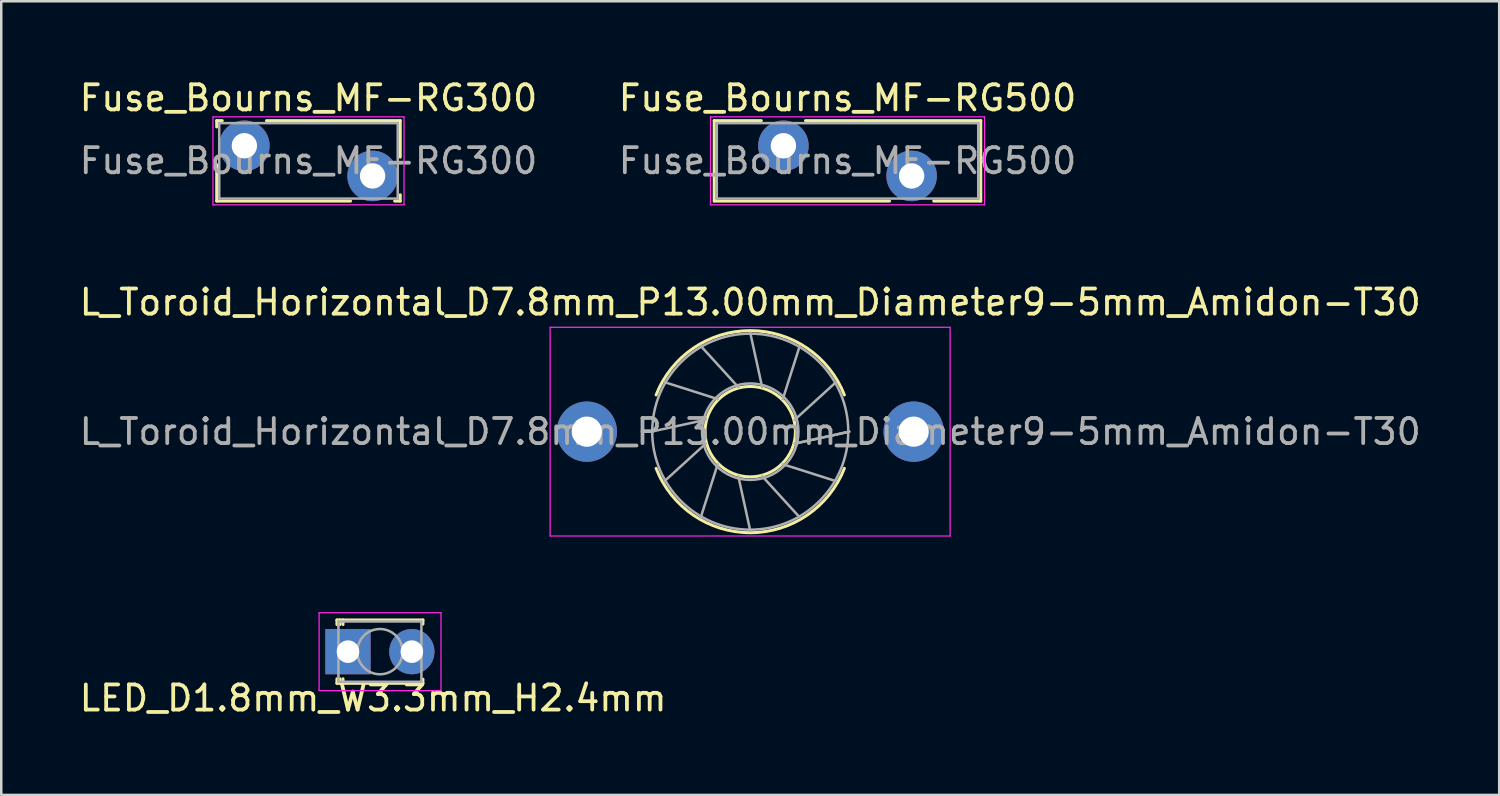
<source format=kicad_pcb>
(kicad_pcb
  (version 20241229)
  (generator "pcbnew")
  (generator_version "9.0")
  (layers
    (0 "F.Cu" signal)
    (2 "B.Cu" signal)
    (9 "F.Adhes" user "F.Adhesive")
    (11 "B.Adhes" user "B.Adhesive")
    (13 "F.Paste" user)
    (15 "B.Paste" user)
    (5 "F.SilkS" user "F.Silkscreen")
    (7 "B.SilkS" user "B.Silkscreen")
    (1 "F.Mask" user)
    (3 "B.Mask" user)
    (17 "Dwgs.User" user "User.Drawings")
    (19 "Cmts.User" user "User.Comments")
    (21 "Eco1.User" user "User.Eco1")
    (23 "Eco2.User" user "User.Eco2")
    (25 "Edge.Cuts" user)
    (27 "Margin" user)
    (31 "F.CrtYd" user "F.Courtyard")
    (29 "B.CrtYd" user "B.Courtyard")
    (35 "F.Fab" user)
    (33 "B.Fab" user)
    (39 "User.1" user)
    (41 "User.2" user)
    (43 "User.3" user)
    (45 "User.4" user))
  (footprint "LED_D1.8mm_W3.3mm_H2.4mm"
    (layer "F.Cu")
    (at 10.792 22.87)
    (property "Reference" "LED_D1.8mm_W3.3mm_H2.4mm" (at 1 1.85 0) (layer "F.SilkS") (effects (font (size 1 1) (thickness 0.15))))
    (attr through_hole)
    (fp_line (start -0.44 -1.26) (end -0.44 -1.08) (stroke (width 0.12) (type solid)) (layer "F.SilkS"))
    (fp_line (start -0.44 -1.26) (end 2.98 -1.26) (stroke (width 0.12) (type solid)) (layer "F.SilkS"))
    (fp_line (start -0.44 1.08) (end -0.44 1.26) (stroke (width 0.12) (type solid)) (layer "F.SilkS"))
    (fp_line (start -0.44 1.26) (end 2.98 1.26) (stroke (width 0.12) (type solid)) (layer "F.SilkS"))
    (fp_line (start -0.32 -1.26) (end -0.32 -1.08) (stroke (width 0.12) (type solid)) (layer "F.SilkS"))
    (fp_line (start -0.32 1.08) (end -0.32 1.26) (stroke (width 0.12) (type solid)) (layer "F.SilkS"))
    (fp_line (start -0.2 -1.26) (end -0.2 -1.08) (stroke (width 0.12) (type solid)) (layer "F.SilkS"))
    (fp_line (start -0.2 1.08) (end -0.2 1.26) (stroke (width 0.12) (type solid)) (layer "F.SilkS"))
    (fp_line (start 2.98 -1.26) (end 2.98 -1.095) (stroke (width 0.12) (type solid)) (layer "F.SilkS"))
    (fp_line (start 2.98 1.095) (end 2.98 1.26) (stroke (width 0.12) (type solid)) (layer "F.SilkS"))
    (fp_line (start -1.15 -1.55) (end -1.15 1.55) (stroke (width 0.05) (type solid)) (layer "F.CrtYd"))
    (fp_line (start -1.15 1.55) (end 3.7 1.55) (stroke (width 0.05) (type solid)) (layer "F.CrtYd"))
    (fp_line (start 3.7 -1.55) (end -1.15 -1.55) (stroke (width 0.05) (type solid)) (layer "F.CrtYd"))
    (fp_line (start 3.7 1.55) (end 3.7 -1.55) (stroke (width 0.05) (type solid)) (layer "F.CrtYd"))
    (fp_line (start -0.38 -1.2) (end -0.38 1.2) (stroke (width 0.1) (type solid)) (layer "F.Fab"))
    (fp_line (start -0.38 1.2) (end 2.92 1.2) (stroke (width 0.1) (type solid)) (layer "F.Fab"))
    (fp_line (start 2.92 -1.2) (end -0.38 -1.2) (stroke (width 0.1) (type solid)) (layer "F.Fab"))
    (fp_line (start 2.92 1.2) (end 2.92 -1.2) (stroke (width 0.1) (type solid)) (layer "F.Fab"))
    (fp_circle (center 1.27 0) (end 2.17 0) (stroke (width 0.1) (type solid)) (fill no) (layer "F.Fab"))
    (pad "1" thru_hole rect (at 0 0) (size 1.8 1.8) (drill 0.9) (layers "*.Cu" "*.Mask"))
    (pad "2" thru_hole circle (at 2.54 0) (size 1.8 1.8) (drill 0.9) (layers "*.Cu" "*.Mask")))
  (footprint "Fuse_Bourns_MF-RG300"
    (layer "F.Cu")
    (at 6.67 2.748)
    (property "Reference" "Fuse_Bourns_MF-RG300" (at 2.55 -1.9 0) (layer "F.SilkS") (effects (font (size 1 1) (thickness 0.15))))
    (attr through_hole)
    (fp_line (start -1.1 -1) (end -1.1 -0.75) (stroke (width 0.12) (type solid)) (layer "F.SilkS"))
    (fp_line (start -1.1 -1) (end -0.879 -1) (stroke (width 0.12) (type solid)) (layer "F.SilkS"))
    (fp_line (start -1.1 0.75) (end -1.1 2.2) (stroke (width 0.12) (type solid)) (layer "F.SilkS"))
    (fp_line (start -1.1 2.2) (end 4.222 2.2) (stroke (width 0.12) (type solid)) (layer "F.SilkS"))
    (fp_line (start 0.879 -1) (end 6.2 -1) (stroke (width 0.12) (type solid)) (layer "F.SilkS"))
    (fp_line (start 5.979 2.2) (end 6.2 2.2) (stroke (width 0.12) (type solid)) (layer "F.SilkS"))
    (fp_line (start 6.2 -1) (end 6.2 0.451) (stroke (width 0.12) (type solid)) (layer "F.SilkS"))
    (fp_line (start 6.2 1.95) (end 6.2 2.2) (stroke (width 0.12) (type solid)) (layer "F.SilkS"))
    (fp_line (start -1.25 -1.15) (end -1.25 2.35) (stroke (width 0.05) (type solid)) (layer "F.CrtYd"))
    (fp_line (start -1.25 2.35) (end 6.35 2.35) (stroke (width 0.05) (type solid)) (layer "F.CrtYd"))
    (fp_line (start 6.35 -1.15) (end -1.25 -1.15) (stroke (width 0.05) (type solid)) (layer "F.CrtYd"))
    (fp_line (start 6.35 2.35) (end 6.35 -1.15) (stroke (width 0.05) (type solid)) (layer "F.CrtYd"))
    (fp_line (start -1 -0.9) (end -1 2.1) (stroke (width 0.1) (type solid)) (layer "F.Fab"))
    (fp_line (start -1 2.1) (end 6.1 2.1) (stroke (width 0.1) (type solid)) (layer "F.Fab"))
    (fp_line (start 6.1 -0.9) (end -1 -0.9) (stroke (width 0.1) (type solid)) (layer "F.Fab"))
    (fp_line (start 6.1 2.1) (end 6.1 -0.9) (stroke (width 0.1) (type solid)) (layer "F.Fab"))
    (fp_text user "${REFERENCE}" (at 2.55 0.6 0) (layer "F.Fab") (effects (font (size 1 1) (thickness 0.15))))
    (pad "1" thru_hole circle (at 0 0) (size 2.01 2.01) (drill 1.01) (layers "*.Cu" "*.Mask"))
    (pad "2" thru_hole circle (at 5.1 1.2) (size 2.01 2.01) (drill 1.01) (layers "*.Cu" "*.Mask")))
  (footprint "Fuse_Bourns_MF-RG500"
    (layer "F.Cu")
    (at 28.111 2.748)
    (property "Reference" "Fuse_Bourns_MF-RG500" (at 2.55 -1.9 0) (layer "F.SilkS") (effects (font (size 1 1) (thickness 0.15))))
    (attr through_hole)
    (fp_line (start -2.751 -1) (end -2.751 2.2) (stroke (width 0.12) (type solid)) (layer "F.SilkS"))
    (fp_line (start -2.751 -1) (end -0.879 -1) (stroke (width 0.12) (type solid)) (layer "F.SilkS"))
    (fp_line (start -2.751 2.2) (end 4.222 2.2) (stroke (width 0.12) (type solid)) (layer "F.SilkS"))
    (fp_line (start 0.879 -1) (end 7.85 -1) (stroke (width 0.12) (type solid)) (layer "F.SilkS"))
    (fp_line (start 5.979 2.2) (end 7.85 2.2) (stroke (width 0.12) (type solid)) (layer "F.SilkS"))
    (fp_line (start 7.85 -1) (end 7.85 2.2) (stroke (width 0.12) (type solid)) (layer "F.SilkS"))
    (fp_line (start -2.9 -1.15) (end -2.9 2.35) (stroke (width 0.05) (type solid)) (layer "F.CrtYd"))
    (fp_line (start -2.9 2.35) (end 8 2.35) (stroke (width 0.05) (type solid)) (layer "F.CrtYd"))
    (fp_line (start 8 -1.15) (end -2.9 -1.15) (stroke (width 0.05) (type solid)) (layer "F.CrtYd"))
    (fp_line (start 8 2.35) (end 8 -1.15) (stroke (width 0.05) (type solid)) (layer "F.CrtYd"))
    (fp_line (start -2.65 -0.9) (end -2.65 2.1) (stroke (width 0.1) (type solid)) (layer "F.Fab"))
    (fp_line (start -2.65 2.1) (end 7.75 2.1) (stroke (width 0.1) (type solid)) (layer "F.Fab"))
    (fp_line (start 7.75 -0.9) (end -2.65 -0.9) (stroke (width 0.1) (type solid)) (layer "F.Fab"))
    (fp_line (start 7.75 2.1) (end 7.75 -0.9) (stroke (width 0.1) (type solid)) (layer "F.Fab"))
    (fp_text user "${REFERENCE}" (at 2.55 0.6 0) (layer "F.Fab") (effects (font (size 1 1) (thickness 0.15))))
    (pad "1" thru_hole circle (at 0 0) (size 2.01 2.01) (drill 1.01) (layers "*.Cu" "*.Mask"))
    (pad "2" thru_hole circle (at 5.1 1.2) (size 2.01 2.01) (drill 1.01) (layers "*.Cu" "*.Mask")))
  (footprint "L_Toroid_Horizontal_D7.8mm_P13.00mm_Diameter9-5mm_Amidon-T30"
    (layer "F.Cu")
    (at 20.292 14.12)
    (property "Reference" "L_Toroid_Horizontal_D7.8mm_P13.00mm_Diameter9-5mm_Amidon-T30" (at 6.5 -5.149 0) (layer "F.SilkS") (effects (font (size 1 1) (thickness 0.15))))
    (attr through_hole)
    (fp_arc (start 2.755677 -1.46) (mid 6.5 -4.0189) (end 10.244323 -1.46) (stroke (width 0.12) (type solid)) (layer "F.SilkS"))
    (fp_arc (start 10.244323 1.46) (mid 6.5 4.0189) (end 2.755677 1.46) (stroke (width 0.12) (type solid)) (layer "F.SilkS"))
    (fp_circle (center 6.5 0) (end 8.298 0) (stroke (width 0.12) (type solid)) (fill no) (layer "F.SilkS"))
    (fp_line (start -1.46 -4.15) (end -1.46 4.15) (stroke (width 0.05) (type solid)) (layer "F.CrtYd"))
    (fp_line (start -1.46 4.15) (end 14.45 4.15) (stroke (width 0.05) (type solid)) (layer "F.CrtYd"))
    (fp_line (start 14.45 -4.15) (end -1.46 -4.15) (stroke (width 0.05) (type solid)) (layer "F.CrtYd"))
    (fp_line (start 14.45 4.15) (end 14.45 -4.15) (stroke (width 0.05) (type solid)) (layer "F.CrtYd"))
    (fp_line (start 2.561 0.000365) (end 4.729 -0.474) (stroke (width 0.1) (type solid)) (layer "F.Fab"))
    (fp_line (start 3.089 -1.969) (end 5.203 -1.296) (stroke (width 0.1) (type solid)) (layer "F.Fab"))
    (fp_line (start 3.089 1.97) (end 4.729 0.475) (stroke (width 0.1) (type solid)) (layer "F.Fab"))
    (fp_line (start 4.53 -3.411) (end 6.025 -1.771) (stroke (width 0.1) (type solid)) (layer "F.Fab"))
    (fp_line (start 4.531 3.411) (end 5.204 1.297) (stroke (width 0.1) (type solid)) (layer "F.Fab"))
    (fp_line (start 6.499 -3.939) (end 6.974 -1.771) (stroke (width 0.1) (type solid)) (layer "F.Fab"))
    (fp_line (start 6.5 3.939) (end 6.026 1.771) (stroke (width 0.1) (type solid)) (layer "F.Fab"))
    (fp_line (start 8.469 -3.411) (end 7.796 -1.297) (stroke (width 0.1) (type solid)) (layer "F.Fab"))
    (fp_line (start 8.469 3.411) (end 6.975 1.771) (stroke (width 0.1) (type solid)) (layer "F.Fab"))
    (fp_line (start 9.911 -1.97) (end 8.271 -0.475) (stroke (width 0.1) (type solid)) (layer "F.Fab"))
    (fp_line (start 9.911 1.969) (end 7.797 1.297) (stroke (width 0.1) (type solid)) (layer "F.Fab"))
    (fp_line (start 10.439 -0.001) (end 8.271 0.474) (stroke (width 0.1) (type solid)) (layer "F.Fab"))
    (fp_line (start 10.439 0) (end 8.271 0.475) (stroke (width 0.1) (type solid)) (layer "F.Fab"))
    (fp_circle (center 6.5 0) (end 8.418 0) (stroke (width 0.1) (type solid)) (fill no) (layer "F.Fab"))
    (fp_circle (center 6.5 0) (end 10.399 0) (stroke (width 0.1) (type solid)) (fill no) (layer "F.Fab"))
    (fp_text user "${REFERENCE}" (at 6.5 0 0) (layer "F.Fab") (effects (font (size 1 1) (thickness 0.15))))
    (pad "1" thru_hole circle (at 0 0) (size 2.4 2.4) (drill 1.2) (layers "*.Cu" "*.Mask"))
    (pad "2" thru_hole circle (at 13 0) (size 2.4 2.4) (drill 1.2) (layers "*.Cu" "*.Mask")))
  (gr_rect
    (start -3 -3)
    (end 56.583 28.569)
    (stroke (width 0.1) (type default))
    (fill no)
    (layer "Edge.Cuts")))
</source>
